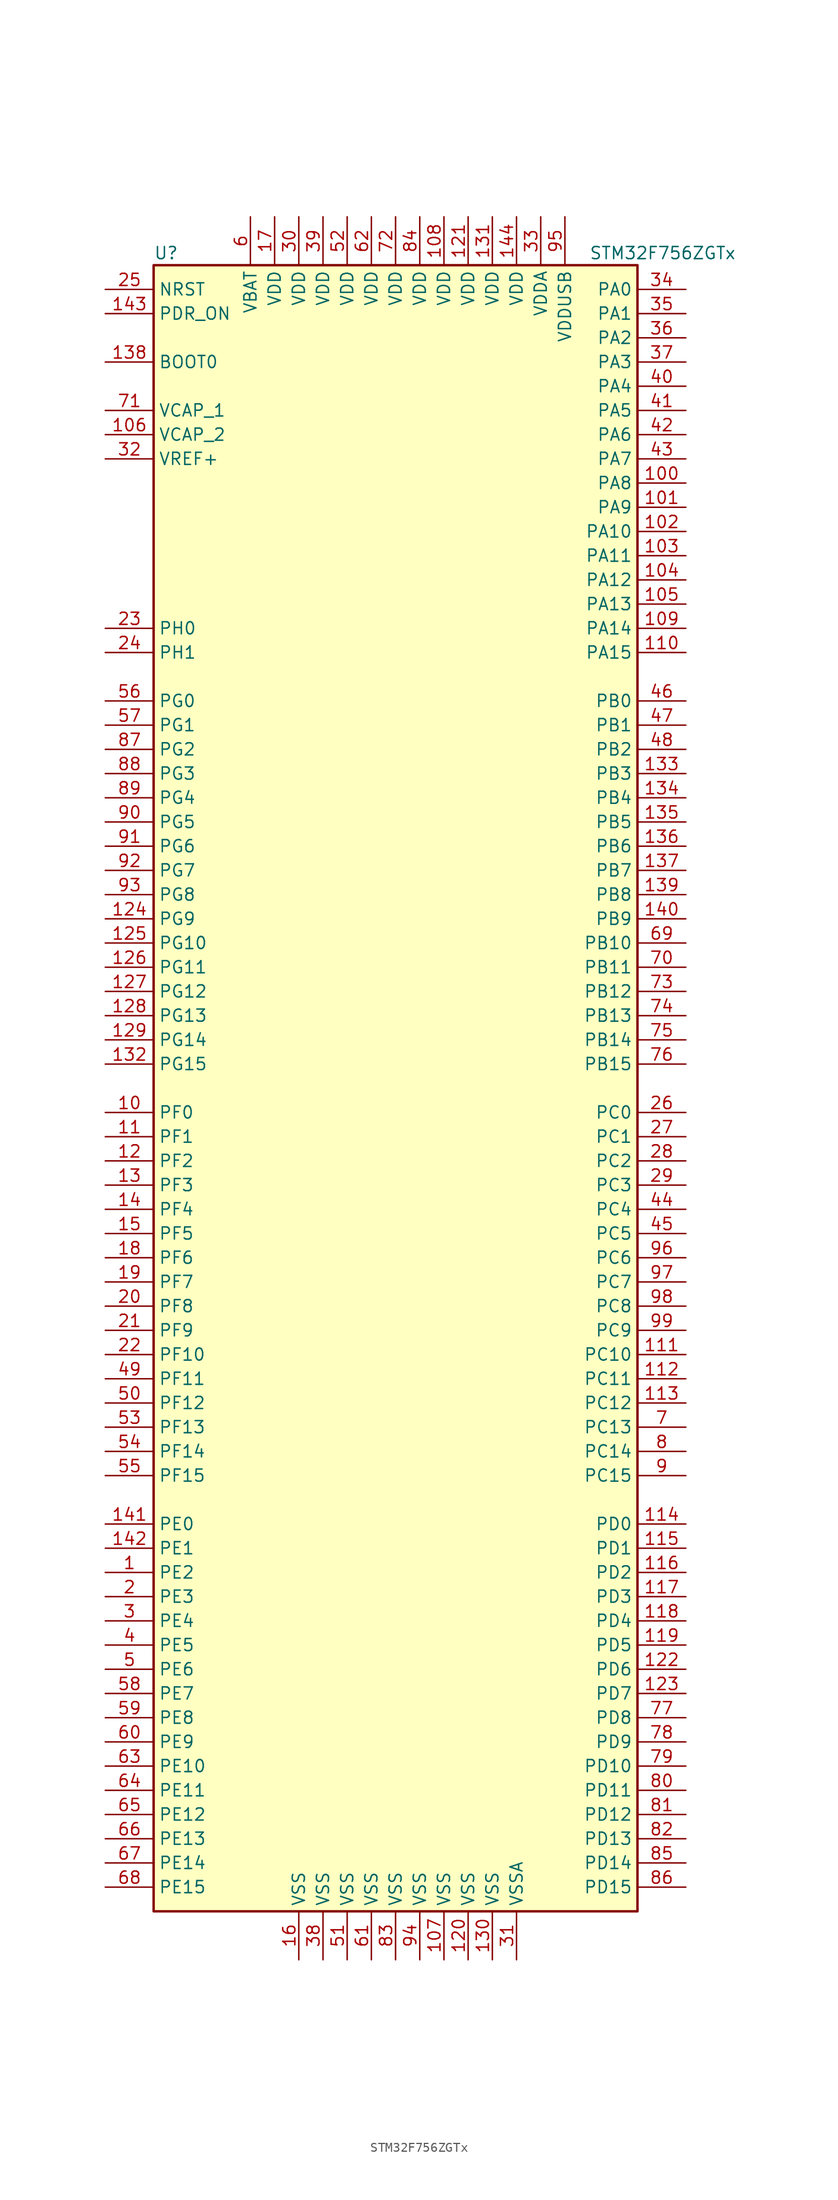
<source format=kicad_sym>
(kicad_symbol_lib
  (version 20220914)
  (generator kicad_symbol_editor)
  (symbol "STM32F756ZGTx"
    (property "Reference" "U"
      (at -25.4 87.63 0)
      (effects (font (size 1.27 1.27)) (justify left)))
    (property "Value" "STM32F756ZGTx"
      (at 20.32 87.63 0)
      (effects (font (size 1.27 1.27)) (justify left)))
    (symbol "STM32F756ZGTx_0_1"
      (rectangle (start -25.4 -86.36) (end 25.4 86.36) (stroke (width 0.254) (type default)) (fill (type background))))
    (symbol "STM32F756ZGTx_1_1"
      (pin bidirectional line (at -30.48 -50.8 0) (length 5.08) (name "PE2" (effects (font (size 1.27 1.27)))) (number "1" (effects (font (size 1.27 1.27)))))
      (pin bidirectional line (at -30.48 -2.54 0) (length 5.08) (name "PF0" (effects (font (size 1.27 1.27)))) (number "10" (effects (font (size 1.27 1.27)))))
      (pin bidirectional line (at 30.48 63.5 180) (length 5.08) (name "PA8" (effects (font (size 1.27 1.27)))) (number "100" (effects (font (size 1.27 1.27)))))
      (pin bidirectional line (at 30.48 60.96 180) (length 5.08) (name "PA9" (effects (font (size 1.27 1.27)))) (number "101" (effects (font (size 1.27 1.27)))))
      (pin bidirectional line (at 30.48 58.42 180) (length 5.08) (name "PA10" (effects (font (size 1.27 1.27)))) (number "102" (effects (font (size 1.27 1.27)))))
      (pin bidirectional line (at 30.48 55.88 180) (length 5.08) (name "PA11" (effects (font (size 1.27 1.27)))) (number "103" (effects (font (size 1.27 1.27)))))
      (pin bidirectional line (at 30.48 53.34 180) (length 5.08) (name "PA12" (effects (font (size 1.27 1.27)))) (number "104" (effects (font (size 1.27 1.27)))))
      (pin bidirectional line (at 30.48 50.8 180) (length 5.08) (name "PA13" (effects (font (size 1.27 1.27)))) (number "105" (effects (font (size 1.27 1.27)))))
      (pin power_in line (at -30.48 68.58 0) (length 5.08) (name "VCAP_2" (effects (font (size 1.27 1.27)))) (number "106" (effects (font (size 1.27 1.27)))))
      (pin power_in line (at 5.08 -91.44 90) (length 5.08) (name "VSS" (effects (font (size 1.27 1.27)))) (number "107" (effects (font (size 1.27 1.27)))))
      (pin power_in line (at 5.08 91.44 270) (length 5.08) (name "VDD" (effects (font (size 1.27 1.27)))) (number "108" (effects (font (size 1.27 1.27)))))
      (pin bidirectional line (at 30.48 48.26 180) (length 5.08) (name "PA14" (effects (font (size 1.27 1.27)))) (number "109" (effects (font (size 1.27 1.27)))))
      (pin bidirectional line (at -30.48 -5.08 0) (length 5.08) (name "PF1" (effects (font (size 1.27 1.27)))) (number "11" (effects (font (size 1.27 1.27)))))
      (pin bidirectional line (at 30.48 45.72 180) (length 5.08) (name "PA15" (effects (font (size 1.27 1.27)))) (number "110" (effects (font (size 1.27 1.27)))))
      (pin bidirectional line (at 30.48 -27.94 180) (length 5.08) (name "PC10" (effects (font (size 1.27 1.27)))) (number "111" (effects (font (size 1.27 1.27)))))
      (pin bidirectional line (at 30.48 -30.48 180) (length 5.08) (name "PC11" (effects (font (size 1.27 1.27)))) (number "112" (effects (font (size 1.27 1.27)))))
      (pin bidirectional line (at 30.48 -33.02 180) (length 5.08) (name "PC12" (effects (font (size 1.27 1.27)))) (number "113" (effects (font (size 1.27 1.27)))))
      (pin bidirectional line (at 30.48 -45.72 180) (length 5.08) (name "PD0" (effects (font (size 1.27 1.27)))) (number "114" (effects (font (size 1.27 1.27)))))
      (pin bidirectional line (at 30.48 -48.26 180) (length 5.08) (name "PD1" (effects (font (size 1.27 1.27)))) (number "115" (effects (font (size 1.27 1.27)))))
      (pin bidirectional line (at 30.48 -50.8 180) (length 5.08) (name "PD2" (effects (font (size 1.27 1.27)))) (number "116" (effects (font (size 1.27 1.27)))))
      (pin bidirectional line (at 30.48 -53.34 180) (length 5.08) (name "PD3" (effects (font (size 1.27 1.27)))) (number "117" (effects (font (size 1.27 1.27)))))
      (pin bidirectional line (at 30.48 -55.88 180) (length 5.08) (name "PD4" (effects (font (size 1.27 1.27)))) (number "118" (effects (font (size 1.27 1.27)))))
      (pin bidirectional line (at 30.48 -58.42 180) (length 5.08) (name "PD5" (effects (font (size 1.27 1.27)))) (number "119" (effects (font (size 1.27 1.27)))))
      (pin bidirectional line (at -30.48 -7.62 0) (length 5.08) (name "PF2" (effects (font (size 1.27 1.27)))) (number "12" (effects (font (size 1.27 1.27)))))
      (pin power_in line (at 7.62 -91.44 90) (length 5.08) (name "VSS" (effects (font (size 1.27 1.27)))) (number "120" (effects (font (size 1.27 1.27)))))
      (pin power_in line (at 7.62 91.44 270) (length 5.08) (name "VDD" (effects (font (size 1.27 1.27)))) (number "121" (effects (font (size 1.27 1.27)))))
      (pin bidirectional line (at 30.48 -60.96 180) (length 5.08) (name "PD6" (effects (font (size 1.27 1.27)))) (number "122" (effects (font (size 1.27 1.27)))))
      (pin bidirectional line (at 30.48 -63.5 180) (length 5.08) (name "PD7" (effects (font (size 1.27 1.27)))) (number "123" (effects (font (size 1.27 1.27)))))
      (pin bidirectional line (at -30.48 17.78 0) (length 5.08) (name "PG9" (effects (font (size 1.27 1.27)))) (number "124" (effects (font (size 1.27 1.27)))))
      (pin bidirectional line (at -30.48 15.24 0) (length 5.08) (name "PG10" (effects (font (size 1.27 1.27)))) (number "125" (effects (font (size 1.27 1.27)))))
      (pin bidirectional line (at -30.48 12.7 0) (length 5.08) (name "PG11" (effects (font (size 1.27 1.27)))) (number "126" (effects (font (size 1.27 1.27)))))
      (pin bidirectional line (at -30.48 10.16 0) (length 5.08) (name "PG12" (effects (font (size 1.27 1.27)))) (number "127" (effects (font (size 1.27 1.27)))))
      (pin bidirectional line (at -30.48 7.62 0) (length 5.08) (name "PG13" (effects (font (size 1.27 1.27)))) (number "128" (effects (font (size 1.27 1.27)))))
      (pin bidirectional line (at -30.48 5.08 0) (length 5.08) (name "PG14" (effects (font (size 1.27 1.27)))) (number "129" (effects (font (size 1.27 1.27)))))
      (pin bidirectional line (at -30.48 -10.16 0) (length 5.08) (name "PF3" (effects (font (size 1.27 1.27)))) (number "13" (effects (font (size 1.27 1.27)))))
      (pin power_in line (at 10.16 -91.44 90) (length 5.08) (name "VSS" (effects (font (size 1.27 1.27)))) (number "130" (effects (font (size 1.27 1.27)))))
      (pin power_in line (at 10.16 91.44 270) (length 5.08) (name "VDD" (effects (font (size 1.27 1.27)))) (number "131" (effects (font (size 1.27 1.27)))))
      (pin bidirectional line (at -30.48 2.54 0) (length 5.08) (name "PG15" (effects (font (size 1.27 1.27)))) (number "132" (effects (font (size 1.27 1.27)))))
      (pin bidirectional line (at 30.48 33.02 180) (length 5.08) (name "PB3" (effects (font (size 1.27 1.27)))) (number "133" (effects (font (size 1.27 1.27)))))
      (pin bidirectional line (at 30.48 30.48 180) (length 5.08) (name "PB4" (effects (font (size 1.27 1.27)))) (number "134" (effects (font (size 1.27 1.27)))))
      (pin bidirectional line (at 30.48 27.94 180) (length 5.08) (name "PB5" (effects (font (size 1.27 1.27)))) (number "135" (effects (font (size 1.27 1.27)))))
      (pin bidirectional line (at 30.48 25.4 180) (length 5.08) (name "PB6" (effects (font (size 1.27 1.27)))) (number "136" (effects (font (size 1.27 1.27)))))
      (pin bidirectional line (at 30.48 22.86 180) (length 5.08) (name "PB7" (effects (font (size 1.27 1.27)))) (number "137" (effects (font (size 1.27 1.27)))))
      (pin input line (at -30.48 76.2 0) (length 5.08) (name "BOOT0" (effects (font (size 1.27 1.27)))) (number "138" (effects (font (size 1.27 1.27)))))
      (pin bidirectional line (at 30.48 20.32 180) (length 5.08) (name "PB8" (effects (font (size 1.27 1.27)))) (number "139" (effects (font (size 1.27 1.27)))))
      (pin bidirectional line (at -30.48 -12.7 0) (length 5.08) (name "PF4" (effects (font (size 1.27 1.27)))) (number "14" (effects (font (size 1.27 1.27)))))
      (pin bidirectional line (at 30.48 17.78 180) (length 5.08) (name "PB9" (effects (font (size 1.27 1.27)))) (number "140" (effects (font (size 1.27 1.27)))))
      (pin bidirectional line (at -30.48 -45.72 0) (length 5.08) (name "PE0" (effects (font (size 1.27 1.27)))) (number "141" (effects (font (size 1.27 1.27)))))
      (pin bidirectional line (at -30.48 -48.26 0) (length 5.08) (name "PE1" (effects (font (size 1.27 1.27)))) (number "142" (effects (font (size 1.27 1.27)))))
      (pin input line (at -30.48 81.28 0) (length 5.08) (name "PDR_ON" (effects (font (size 1.27 1.27)))) (number "143" (effects (font (size 1.27 1.27)))))
      (pin power_in line (at 12.7 91.44 270) (length 5.08) (name "VDD" (effects (font (size 1.27 1.27)))) (number "144" (effects (font (size 1.27 1.27)))))
      (pin bidirectional line (at -30.48 -15.24 0) (length 5.08) (name "PF5" (effects (font (size 1.27 1.27)))) (number "15" (effects (font (size 1.27 1.27)))))
      (pin power_in line (at -10.16 -91.44 90) (length 5.08) (name "VSS" (effects (font (size 1.27 1.27)))) (number "16" (effects (font (size 1.27 1.27)))))
      (pin power_in line (at -12.7 91.44 270) (length 5.08) (name "VDD" (effects (font (size 1.27 1.27)))) (number "17" (effects (font (size 1.27 1.27)))))
      (pin bidirectional line (at -30.48 -17.78 0) (length 5.08) (name "PF6" (effects (font (size 1.27 1.27)))) (number "18" (effects (font (size 1.27 1.27)))))
      (pin bidirectional line (at -30.48 -20.32 0) (length 5.08) (name "PF7" (effects (font (size 1.27 1.27)))) (number "19" (effects (font (size 1.27 1.27)))))
      (pin bidirectional line (at -30.48 -53.34 0) (length 5.08) (name "PE3" (effects (font (size 1.27 1.27)))) (number "2" (effects (font (size 1.27 1.27)))))
      (pin bidirectional line (at -30.48 -22.86 0) (length 5.08) (name "PF8" (effects (font (size 1.27 1.27)))) (number "20" (effects (font (size 1.27 1.27)))))
      (pin bidirectional line (at -30.48 -25.4 0) (length 5.08) (name "PF9" (effects (font (size 1.27 1.27)))) (number "21" (effects (font (size 1.27 1.27)))))
      (pin bidirectional line (at -30.48 -27.94 0) (length 5.08) (name "PF10" (effects (font (size 1.27 1.27)))) (number "22" (effects (font (size 1.27 1.27)))))
      (pin input line (at -30.48 48.26 0) (length 5.08) (name "PH0" (effects (font (size 1.27 1.27)))) (number "23" (effects (font (size 1.27 1.27)))))
      (pin input line (at -30.48 45.72 0) (length 5.08) (name "PH1" (effects (font (size 1.27 1.27)))) (number "24" (effects (font (size 1.27 1.27)))))
      (pin input line (at -30.48 83.82 0) (length 5.08) (name "NRST" (effects (font (size 1.27 1.27)))) (number "25" (effects (font (size 1.27 1.27)))))
      (pin bidirectional line (at 30.48 -2.54 180) (length 5.08) (name "PC0" (effects (font (size 1.27 1.27)))) (number "26" (effects (font (size 1.27 1.27)))))
      (pin bidirectional line (at 30.48 -5.08 180) (length 5.08) (name "PC1" (effects (font (size 1.27 1.27)))) (number "27" (effects (font (size 1.27 1.27)))))
      (pin bidirectional line (at 30.48 -7.62 180) (length 5.08) (name "PC2" (effects (font (size 1.27 1.27)))) (number "28" (effects (font (size 1.27 1.27)))))
      (pin bidirectional line (at 30.48 -10.16 180) (length 5.08) (name "PC3" (effects (font (size 1.27 1.27)))) (number "29" (effects (font (size 1.27 1.27)))))
      (pin bidirectional line (at -30.48 -55.88 0) (length 5.08) (name "PE4" (effects (font (size 1.27 1.27)))) (number "3" (effects (font (size 1.27 1.27)))))
      (pin power_in line (at -10.16 91.44 270) (length 5.08) (name "VDD" (effects (font (size 1.27 1.27)))) (number "30" (effects (font (size 1.27 1.27)))))
      (pin power_in line (at 12.7 -91.44 90) (length 5.08) (name "VSSA" (effects (font (size 1.27 1.27)))) (number "31" (effects (font (size 1.27 1.27)))))
      (pin power_in line (at -30.48 66.04 0) (length 5.08) (name "VREF+" (effects (font (size 1.27 1.27)))) (number "32" (effects (font (size 1.27 1.27)))))
      (pin power_in line (at 15.24 91.44 270) (length 5.08) (name "VDDA" (effects (font (size 1.27 1.27)))) (number "33" (effects (font (size 1.27 1.27)))))
      (pin bidirectional line (at 30.48 83.82 180) (length 5.08) (name "PA0" (effects (font (size 1.27 1.27)))) (number "34" (effects (font (size 1.27 1.27)))))
      (pin bidirectional line (at 30.48 81.28 180) (length 5.08) (name "PA1" (effects (font (size 1.27 1.27)))) (number "35" (effects (font (size 1.27 1.27)))))
      (pin bidirectional line (at 30.48 78.74 180) (length 5.08) (name "PA2" (effects (font (size 1.27 1.27)))) (number "36" (effects (font (size 1.27 1.27)))))
      (pin bidirectional line (at 30.48 76.2 180) (length 5.08) (name "PA3" (effects (font (size 1.27 1.27)))) (number "37" (effects (font (size 1.27 1.27)))))
      (pin power_in line (at -7.62 -91.44 90) (length 5.08) (name "VSS" (effects (font (size 1.27 1.27)))) (number "38" (effects (font (size 1.27 1.27)))))
      (pin power_in line (at -7.62 91.44 270) (length 5.08) (name "VDD" (effects (font (size 1.27 1.27)))) (number "39" (effects (font (size 1.27 1.27)))))
      (pin bidirectional line (at -30.48 -58.42 0) (length 5.08) (name "PE5" (effects (font (size 1.27 1.27)))) (number "4" (effects (font (size 1.27 1.27)))))
      (pin bidirectional line (at 30.48 73.66 180) (length 5.08) (name "PA4" (effects (font (size 1.27 1.27)))) (number "40" (effects (font (size 1.27 1.27)))))
      (pin bidirectional line (at 30.48 71.12 180) (length 5.08) (name "PA5" (effects (font (size 1.27 1.27)))) (number "41" (effects (font (size 1.27 1.27)))))
      (pin bidirectional line (at 30.48 68.58 180) (length 5.08) (name "PA6" (effects (font (size 1.27 1.27)))) (number "42" (effects (font (size 1.27 1.27)))))
      (pin bidirectional line (at 30.48 66.04 180) (length 5.08) (name "PA7" (effects (font (size 1.27 1.27)))) (number "43" (effects (font (size 1.27 1.27)))))
      (pin bidirectional line (at 30.48 -12.7 180) (length 5.08) (name "PC4" (effects (font (size 1.27 1.27)))) (number "44" (effects (font (size 1.27 1.27)))))
      (pin bidirectional line (at 30.48 -15.24 180) (length 5.08) (name "PC5" (effects (font (size 1.27 1.27)))) (number "45" (effects (font (size 1.27 1.27)))))
      (pin bidirectional line (at 30.48 40.64 180) (length 5.08) (name "PB0" (effects (font (size 1.27 1.27)))) (number "46" (effects (font (size 1.27 1.27)))))
      (pin bidirectional line (at 30.48 38.1 180) (length 5.08) (name "PB1" (effects (font (size 1.27 1.27)))) (number "47" (effects (font (size 1.27 1.27)))))
      (pin bidirectional line (at 30.48 35.56 180) (length 5.08) (name "PB2" (effects (font (size 1.27 1.27)))) (number "48" (effects (font (size 1.27 1.27)))))
      (pin bidirectional line (at -30.48 -30.48 0) (length 5.08) (name "PF11" (effects (font (size 1.27 1.27)))) (number "49" (effects (font (size 1.27 1.27)))))
      (pin bidirectional line (at -30.48 -60.96 0) (length 5.08) (name "PE6" (effects (font (size 1.27 1.27)))) (number "5" (effects (font (size 1.27 1.27)))))
      (pin bidirectional line (at -30.48 -33.02 0) (length 5.08) (name "PF12" (effects (font (size 1.27 1.27)))) (number "50" (effects (font (size 1.27 1.27)))))
      (pin power_in line (at -5.08 -91.44 90) (length 5.08) (name "VSS" (effects (font (size 1.27 1.27)))) (number "51" (effects (font (size 1.27 1.27)))))
      (pin power_in line (at -5.08 91.44 270) (length 5.08) (name "VDD" (effects (font (size 1.27 1.27)))) (number "52" (effects (font (size 1.27 1.27)))))
      (pin bidirectional line (at -30.48 -35.56 0) (length 5.08) (name "PF13" (effects (font (size 1.27 1.27)))) (number "53" (effects (font (size 1.27 1.27)))))
      (pin bidirectional line (at -30.48 -38.1 0) (length 5.08) (name "PF14" (effects (font (size 1.27 1.27)))) (number "54" (effects (font (size 1.27 1.27)))))
      (pin bidirectional line (at -30.48 -40.64 0) (length 5.08) (name "PF15" (effects (font (size 1.27 1.27)))) (number "55" (effects (font (size 1.27 1.27)))))
      (pin bidirectional line (at -30.48 40.64 0) (length 5.08) (name "PG0" (effects (font (size 1.27 1.27)))) (number "56" (effects (font (size 1.27 1.27)))))
      (pin bidirectional line (at -30.48 38.1 0) (length 5.08) (name "PG1" (effects (font (size 1.27 1.27)))) (number "57" (effects (font (size 1.27 1.27)))))
      (pin bidirectional line (at -30.48 -63.5 0) (length 5.08) (name "PE7" (effects (font (size 1.27 1.27)))) (number "58" (effects (font (size 1.27 1.27)))))
      (pin bidirectional line (at -30.48 -66.04 0) (length 5.08) (name "PE8" (effects (font (size 1.27 1.27)))) (number "59" (effects (font (size 1.27 1.27)))))
      (pin power_in line (at -15.24 91.44 270) (length 5.08) (name "VBAT" (effects (font (size 1.27 1.27)))) (number "6" (effects (font (size 1.27 1.27)))))
      (pin bidirectional line (at -30.48 -68.58 0) (length 5.08) (name "PE9" (effects (font (size 1.27 1.27)))) (number "60" (effects (font (size 1.27 1.27)))))
      (pin power_in line (at -2.54 -91.44 90) (length 5.08) (name "VSS" (effects (font (size 1.27 1.27)))) (number "61" (effects (font (size 1.27 1.27)))))
      (pin power_in line (at -2.54 91.44 270) (length 5.08) (name "VDD" (effects (font (size 1.27 1.27)))) (number "62" (effects (font (size 1.27 1.27)))))
      (pin bidirectional line (at -30.48 -71.12 0) (length 5.08) (name "PE10" (effects (font (size 1.27 1.27)))) (number "63" (effects (font (size 1.27 1.27)))))
      (pin bidirectional line (at -30.48 -73.66 0) (length 5.08) (name "PE11" (effects (font (size 1.27 1.27)))) (number "64" (effects (font (size 1.27 1.27)))))
      (pin bidirectional line (at -30.48 -76.2 0) (length 5.08) (name "PE12" (effects (font (size 1.27 1.27)))) (number "65" (effects (font (size 1.27 1.27)))))
      (pin bidirectional line (at -30.48 -78.74 0) (length 5.08) (name "PE13" (effects (font (size 1.27 1.27)))) (number "66" (effects (font (size 1.27 1.27)))))
      (pin bidirectional line (at -30.48 -81.28 0) (length 5.08) (name "PE14" (effects (font (size 1.27 1.27)))) (number "67" (effects (font (size 1.27 1.27)))))
      (pin bidirectional line (at -30.48 -83.82 0) (length 5.08) (name "PE15" (effects (font (size 1.27 1.27)))) (number "68" (effects (font (size 1.27 1.27)))))
      (pin bidirectional line (at 30.48 15.24 180) (length 5.08) (name "PB10" (effects (font (size 1.27 1.27)))) (number "69" (effects (font (size 1.27 1.27)))))
      (pin bidirectional line (at 30.48 -35.56 180) (length 5.08) (name "PC13" (effects (font (size 1.27 1.27)))) (number "7" (effects (font (size 1.27 1.27)))))
      (pin bidirectional line (at 30.48 12.7 180) (length 5.08) (name "PB11" (effects (font (size 1.27 1.27)))) (number "70" (effects (font (size 1.27 1.27)))))
      (pin power_in line (at -30.48 71.12 0) (length 5.08) (name "VCAP_1" (effects (font (size 1.27 1.27)))) (number "71" (effects (font (size 1.27 1.27)))))
      (pin power_in line (at 0 91.44 270) (length 5.08) (name "VDD" (effects (font (size 1.27 1.27)))) (number "72" (effects (font (size 1.27 1.27)))))
      (pin bidirectional line (at 30.48 10.16 180) (length 5.08) (name "PB12" (effects (font (size 1.27 1.27)))) (number "73" (effects (font (size 1.27 1.27)))))
      (pin bidirectional line (at 30.48 7.62 180) (length 5.08) (name "PB13" (effects (font (size 1.27 1.27)))) (number "74" (effects (font (size 1.27 1.27)))))
      (pin bidirectional line (at 30.48 5.08 180) (length 5.08) (name "PB14" (effects (font (size 1.27 1.27)))) (number "75" (effects (font (size 1.27 1.27)))))
      (pin bidirectional line (at 30.48 2.54 180) (length 5.08) (name "PB15" (effects (font (size 1.27 1.27)))) (number "76" (effects (font (size 1.27 1.27)))))
      (pin bidirectional line (at 30.48 -66.04 180) (length 5.08) (name "PD8" (effects (font (size 1.27 1.27)))) (number "77" (effects (font (size 1.27 1.27)))))
      (pin bidirectional line (at 30.48 -68.58 180) (length 5.08) (name "PD9" (effects (font (size 1.27 1.27)))) (number "78" (effects (font (size 1.27 1.27)))))
      (pin bidirectional line (at 30.48 -71.12 180) (length 5.08) (name "PD10" (effects (font (size 1.27 1.27)))) (number "79" (effects (font (size 1.27 1.27)))))
      (pin bidirectional line (at 30.48 -38.1 180) (length 5.08) (name "PC14" (effects (font (size 1.27 1.27)))) (number "8" (effects (font (size 1.27 1.27)))))
      (pin bidirectional line (at 30.48 -73.66 180) (length 5.08) (name "PD11" (effects (font (size 1.27 1.27)))) (number "80" (effects (font (size 1.27 1.27)))))
      (pin bidirectional line (at 30.48 -76.2 180) (length 5.08) (name "PD12" (effects (font (size 1.27 1.27)))) (number "81" (effects (font (size 1.27 1.27)))))
      (pin bidirectional line (at 30.48 -78.74 180) (length 5.08) (name "PD13" (effects (font (size 1.27 1.27)))) (number "82" (effects (font (size 1.27 1.27)))))
      (pin power_in line (at 0 -91.44 90) (length 5.08) (name "VSS" (effects (font (size 1.27 1.27)))) (number "83" (effects (font (size 1.27 1.27)))))
      (pin power_in line (at 2.54 91.44 270) (length 5.08) (name "VDD" (effects (font (size 1.27 1.27)))) (number "84" (effects (font (size 1.27 1.27)))))
      (pin bidirectional line (at 30.48 -81.28 180) (length 5.08) (name "PD14" (effects (font (size 1.27 1.27)))) (number "85" (effects (font (size 1.27 1.27)))))
      (pin bidirectional line (at 30.48 -83.82 180) (length 5.08) (name "PD15" (effects (font (size 1.27 1.27)))) (number "86" (effects (font (size 1.27 1.27)))))
      (pin bidirectional line (at -30.48 35.56 0) (length 5.08) (name "PG2" (effects (font (size 1.27 1.27)))) (number "87" (effects (font (size 1.27 1.27)))))
      (pin bidirectional line (at -30.48 33.02 0) (length 5.08) (name "PG3" (effects (font (size 1.27 1.27)))) (number "88" (effects (font (size 1.27 1.27)))))
      (pin bidirectional line (at -30.48 30.48 0) (length 5.08) (name "PG4" (effects (font (size 1.27 1.27)))) (number "89" (effects (font (size 1.27 1.27)))))
      (pin bidirectional line (at 30.48 -40.64 180) (length 5.08) (name "PC15" (effects (font (size 1.27 1.27)))) (number "9" (effects (font (size 1.27 1.27)))))
      (pin bidirectional line (at -30.48 27.94 0) (length 5.08) (name "PG5" (effects (font (size 1.27 1.27)))) (number "90" (effects (font (size 1.27 1.27)))))
      (pin bidirectional line (at -30.48 25.4 0) (length 5.08) (name "PG6" (effects (font (size 1.27 1.27)))) (number "91" (effects (font (size 1.27 1.27)))))
      (pin bidirectional line (at -30.48 22.86 0) (length 5.08) (name "PG7" (effects (font (size 1.27 1.27)))) (number "92" (effects (font (size 1.27 1.27)))))
      (pin bidirectional line (at -30.48 20.32 0) (length 5.08) (name "PG8" (effects (font (size 1.27 1.27)))) (number "93" (effects (font (size 1.27 1.27)))))
      (pin power_in line (at 2.54 -91.44 90) (length 5.08) (name "VSS" (effects (font (size 1.27 1.27)))) (number "94" (effects (font (size 1.27 1.27)))))
      (pin power_in line (at 17.78 91.44 270) (length 5.08) (name "VDDUSB" (effects (font (size 1.27 1.27)))) (number "95" (effects (font (size 1.27 1.27)))))
      (pin bidirectional line (at 30.48 -17.78 180) (length 5.08) (name "PC6" (effects (font (size 1.27 1.27)))) (number "96" (effects (font (size 1.27 1.27)))))
      (pin bidirectional line (at 30.48 -20.32 180) (length 5.08) (name "PC7" (effects (font (size 1.27 1.27)))) (number "97" (effects (font (size 1.27 1.27)))))
      (pin bidirectional line (at 30.48 -22.86 180) (length 5.08) (name "PC8" (effects (font (size 1.27 1.27)))) (number "98" (effects (font (size 1.27 1.27)))))
      (pin bidirectional line (at 30.48 -25.4 180) (length 5.08) (name "PC9" (effects (font (size 1.27 1.27)))) (number "99" (effects (font (size 1.27 1.27))))))))
</source>
